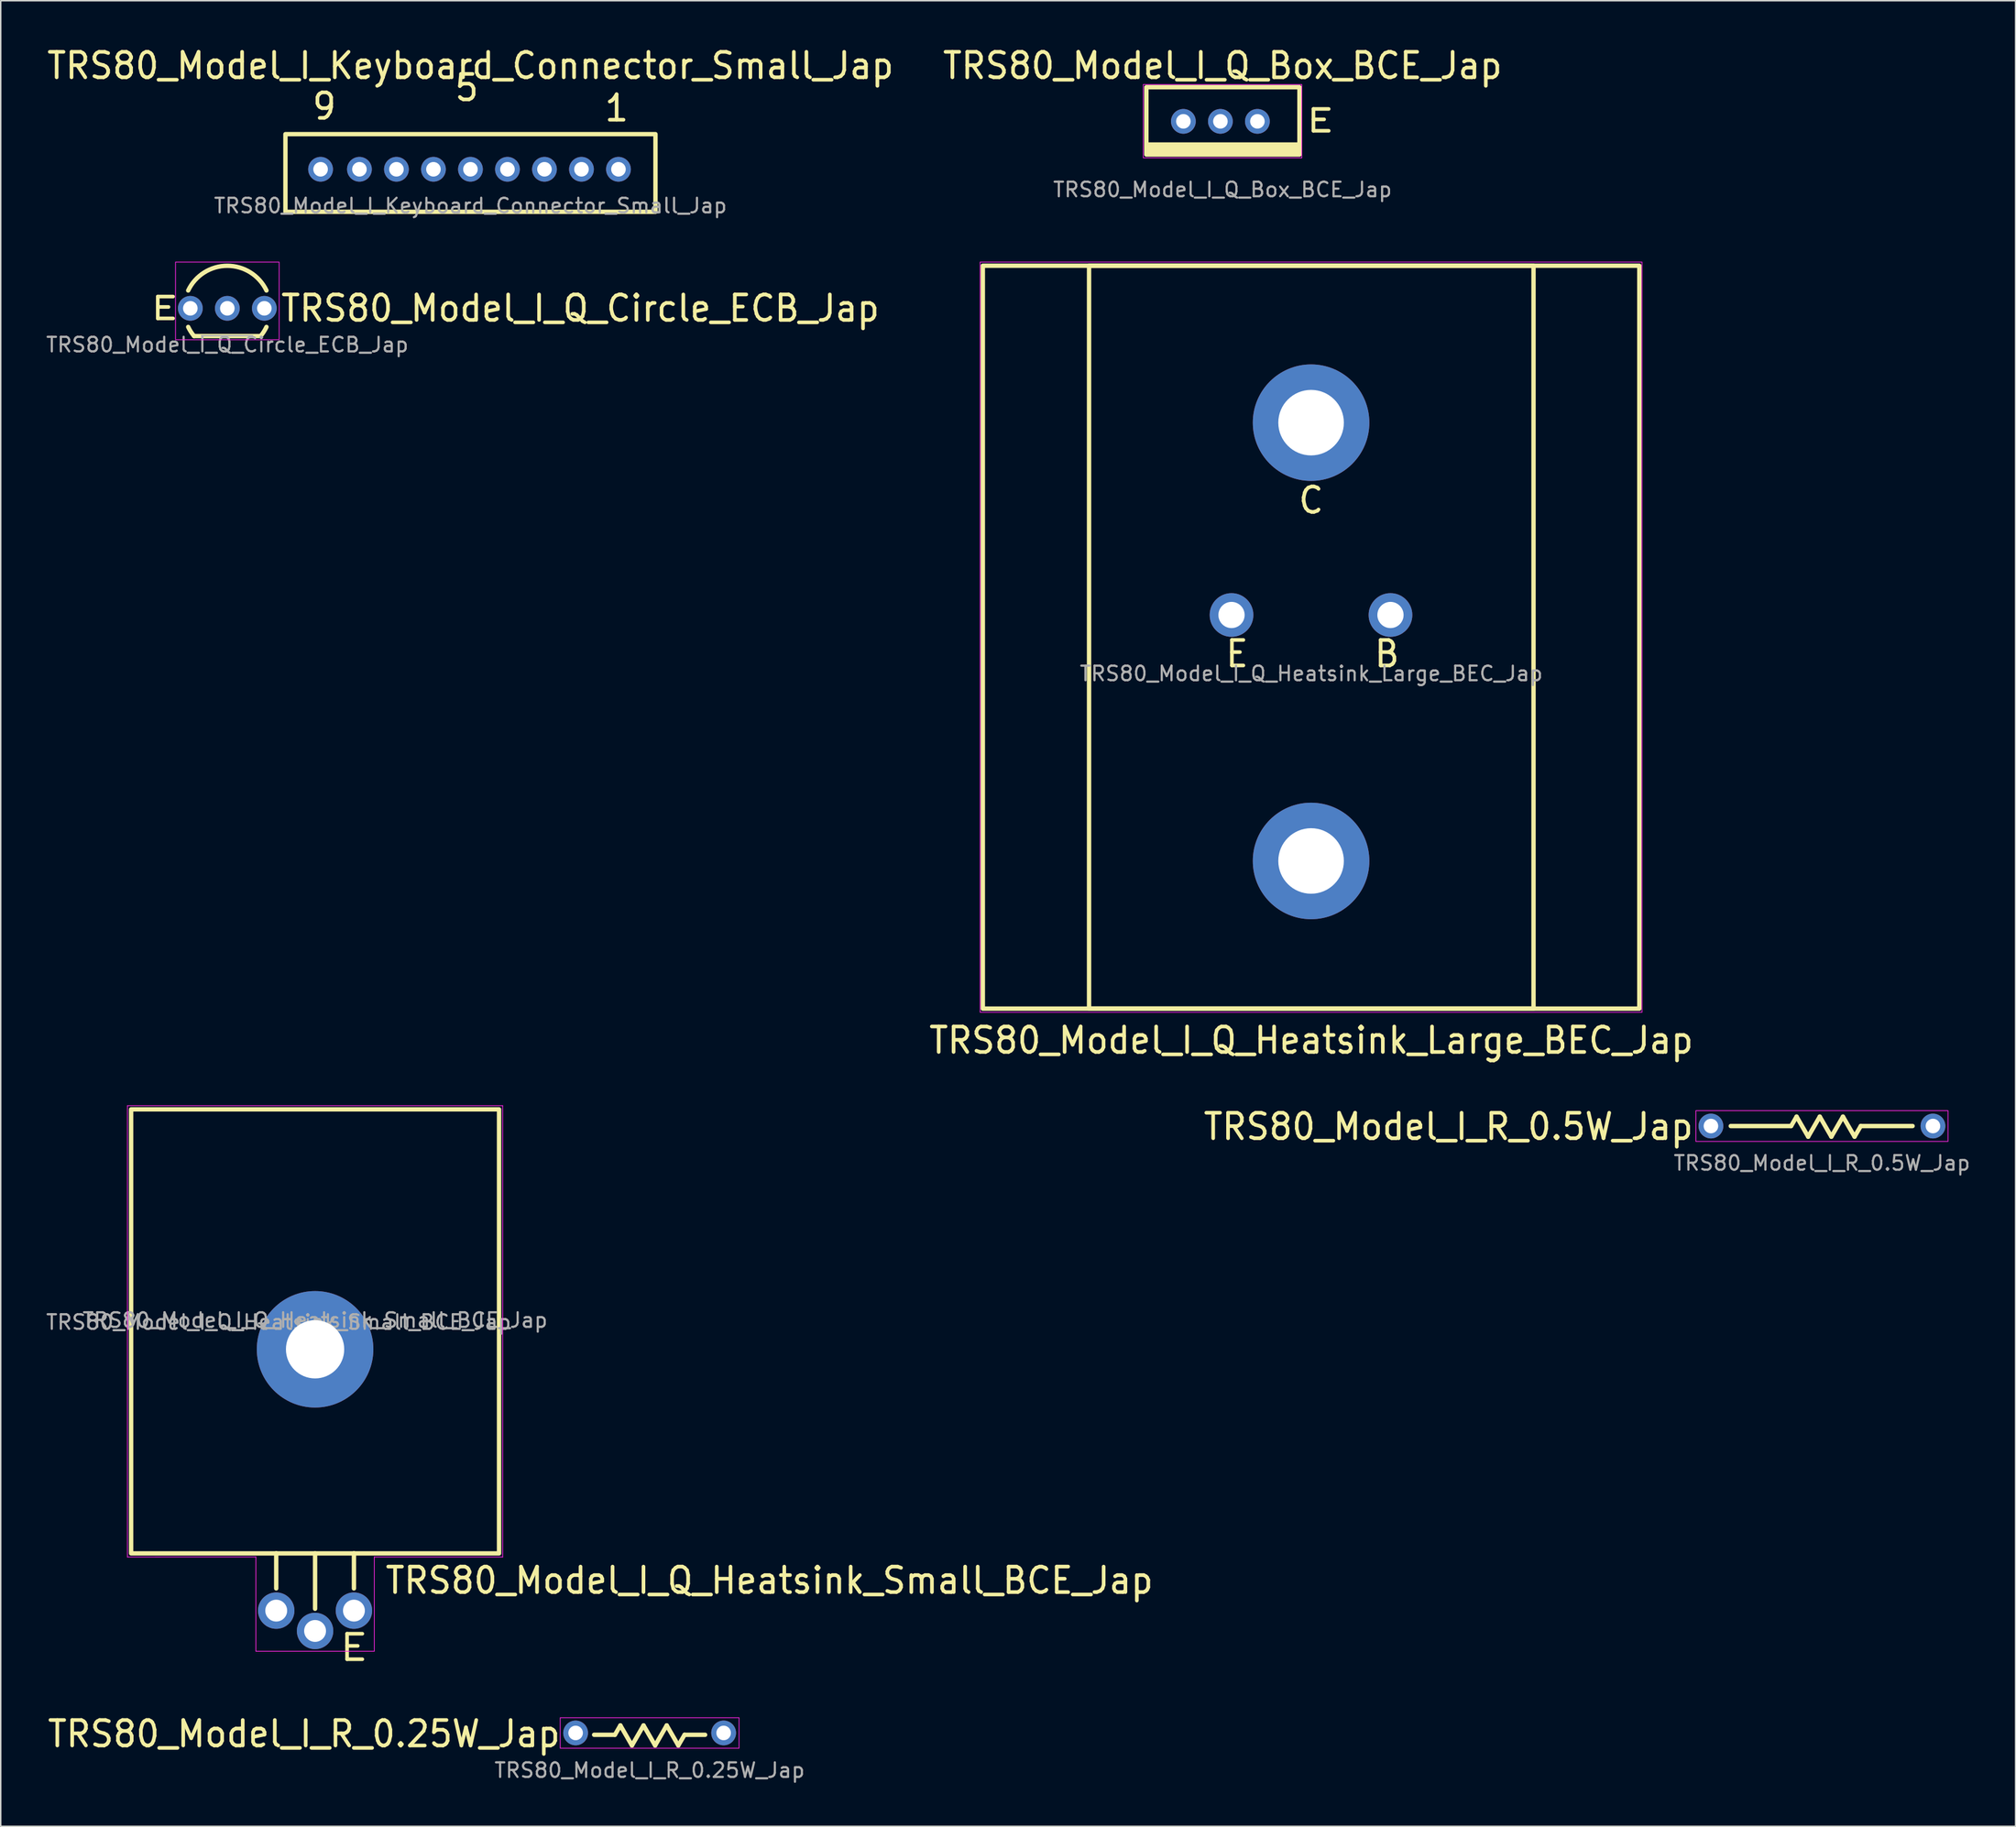
<source format=kicad_pcb>
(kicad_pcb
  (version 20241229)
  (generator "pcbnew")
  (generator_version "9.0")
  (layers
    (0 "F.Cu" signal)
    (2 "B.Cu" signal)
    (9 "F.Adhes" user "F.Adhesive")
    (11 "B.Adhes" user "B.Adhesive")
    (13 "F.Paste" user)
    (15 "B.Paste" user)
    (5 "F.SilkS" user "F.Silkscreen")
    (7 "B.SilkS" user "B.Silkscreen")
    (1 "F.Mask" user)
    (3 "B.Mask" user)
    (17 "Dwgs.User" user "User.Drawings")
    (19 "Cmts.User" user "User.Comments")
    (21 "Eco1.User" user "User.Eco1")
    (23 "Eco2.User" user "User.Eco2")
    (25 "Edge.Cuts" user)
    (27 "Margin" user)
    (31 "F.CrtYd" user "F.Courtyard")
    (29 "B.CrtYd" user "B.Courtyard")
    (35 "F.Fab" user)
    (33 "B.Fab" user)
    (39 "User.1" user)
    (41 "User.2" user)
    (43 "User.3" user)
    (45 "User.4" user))
  (footprint "TRS80_Model_I_Q_Circle_ECB_Jap"
    (layer "F.Cu")
    (at 12.554 18.123)
    (property "Reference" "TRS80_Model_I_Q_Circle_ECB_Jap" (at 3.556 0 0) (unlocked yes) (layer "F.SilkS") (effects (font (size 1.75 1.65) (thickness 0.25)) (justify left)))
    (attr through_hole)
    (fp_line (start -2.286 1.905) (end 2.286 1.905) (stroke (width 0.3) (type solid)) (layer "F.SilkS"))
    (fp_arc (start -2.686604 -1.224762) (mid -0.000088 -2.921048) (end 2.686439 -1.22478) (stroke (width 0.3) (type solid)) (layer "F.SilkS"))
    (fp_arc (start -2.285922 1.90495) (mid -2.505848 1.604681) (end -2.686569 1.279306) (stroke (width 0.3) (type solid)) (layer "F.SilkS"))
    (fp_arc (start 2.686569 1.279308) (mid 2.505848 1.604683) (end 2.285922 1.904952) (stroke (width 0.3) (type solid)) (layer "F.SilkS"))
    (fp_rect (start -3.556 -3.175) (end 3.556 2.159) (stroke (width 0.05) (type default)) (fill no) (layer "F.CrtYd"))
    (fp_line (start -1.77 1.877) (end 1.73 1.877) (stroke (width 0.1) (type solid)) (layer "F.Fab"))
    (fp_text user "E" (at -5.461 0.889 0) (unlocked yes) (layer "F.SilkS") (effects (font (size 1.5 2.2) (thickness 0.25)) (justify left bottom)))
    (fp_text user "${REFERENCE}" (at 0 2.5 0) (unlocked yes) (layer "F.Fab") (effects (font (size 1 1) (thickness 0.15))))
    (pad "1" thru_hole circle (at -2.54 -0.000048) (size 1.7 1.7) (drill 1) (layers "*.Cu" "*.Mask"))
    (pad "2" thru_hole circle (at -0.000078 -0.000048) (size 1.7 1.7) (drill 1) (layers "*.Cu" "*.Mask"))
    (pad "3" thru_hole circle (at 2.54 -0.000048) (size 1.7 1.7) (drill 1) (layers "*.Cu" "*.Mask")))
  (footprint "TRS80_Model_I_Keyboard_Connector_Small_Jap"
    (layer "F.Cu")
    (at 29.242 8.575)
    (property "Reference" "TRS80_Model_I_Keyboard_Connector_Small_Jap" (at 0 -7.112 0) (unlocked yes) (layer "F.SilkS") (effects (font (size 1.75 1.65) (thickness 0.25))))
    (attr through_hole)
    (fp_rect (start -12.7 -2.413) (end 12.7 2.921) (stroke (width 0.3) (type solid)) (fill no) (layer "F.SilkS"))
    (fp_text user "9" (at -10.033 -3.302 0) (unlocked yes) (layer "F.SilkS") (effects (font (size 1.75 1.65) (thickness 0.25)) (justify bottom)))
    (fp_text user "1" (at 10.033 -3.175 0) (unlocked yes) (layer "F.SilkS") (effects (font (size 1.75 1.65) (thickness 0.25)) (justify bottom)))
    (fp_text user "5" (at -0.254 -4.572 0) (unlocked yes) (layer "F.SilkS") (effects (font (size 1.75 1.65) (thickness 0.25)) (justify bottom)))
    (fp_text user "${REFERENCE}" (at 0 2.5 0) (unlocked yes) (layer "F.Fab") (effects (font (size 1 1) (thickness 0.15))))
    (pad "1" thru_hole circle (at 10.16 0) (size 1.7 1.7) (drill 1) (layers "*.Cu" "*.Mask"))
    (pad "2" thru_hole circle (at 7.62 0) (size 1.7 1.7) (drill 1) (layers "*.Cu" "*.Mask"))
    (pad "3" thru_hole circle (at 5.08 0) (size 1.7 1.7) (drill 1) (layers "*.Cu" "*.Mask"))
    (pad "4" thru_hole circle (at 2.54 0) (size 1.7 1.7) (drill 1) (layers "*.Cu" "*.Mask"))
    (pad "5" thru_hole circle (at 0 0) (size 1.7 1.7) (drill 1) (layers "*.Cu" "*.Mask"))
    (pad "6" thru_hole circle (at -2.54 0) (size 1.7 1.7) (drill 1) (layers "*.Cu" "*.Mask"))
    (pad "7" thru_hole circle (at -5.08 0) (size 1.7 1.7) (drill 1) (layers "*.Cu" "*.Mask"))
    (pad "8" thru_hole circle (at -7.62 0) (size 1.7 1.7) (drill 1) (layers "*.Cu" "*.Mask"))
    (pad "9" thru_hole circle (at -10.287 0) (size 1.7 1.7) (drill 1) (layers "*.Cu" "*.Mask")))
  (footprint "TRS80_Model_I_R_0.5W_Jap"
    (layer "F.Cu")
    (at 122.009 74.317)
    (property "Reference" "TRS80_Model_I_R_0.5W_Jap" (at -8.7 0 0) (unlocked yes) (layer "F.SilkS") (effects (font (size 1.75 1.65) (thickness 0.25)) (justify right)))
    (attr through_hole)
    (fp_line (start -6.26 -0.041) (end -2.122 -0.041) (stroke (width 0.3) (type solid)) (layer "F.SilkS"))
    (fp_line (start -2.114 -0.041) (end -1.741 -0.687) (stroke (width 0.3) (type solid)) (layer "F.SilkS"))
    (fp_line (start -0.945 0.691) (end -1.741 -0.687) (stroke (width 0.3) (type solid)) (layer "F.SilkS"))
    (fp_line (start -0.945 0.691) (end -0.149 -0.687) (stroke (width 0.3) (type solid)) (layer "F.SilkS"))
    (fp_line (start 0.646 0.691) (end -0.149 -0.687) (stroke (width 0.3) (type solid)) (layer "F.SilkS"))
    (fp_line (start 0.646 0.691) (end 1.442 -0.687) (stroke (width 0.3) (type solid)) (layer "F.SilkS"))
    (fp_line (start 2.238 0.691) (end 1.442 -0.687) (stroke (width 0.3) (type solid)) (layer "F.SilkS"))
    (fp_line (start 2.238 0.691) (end 2.665 -0.041) (stroke (width 0.3) (type solid)) (layer "F.SilkS"))
    (fp_line (start 2.665 -0.041) (end 6.223 -0.041) (stroke (width 0.3) (type solid)) (layer "F.SilkS"))
    (fp_rect (start -8.654 -1.098) (end 8.654 1.016) (stroke (width 0.05) (type default)) (fill no) (layer "F.CrtYd"))
    (fp_text user "${REFERENCE}" (at 0 2.5 0) (unlocked yes) (layer "F.Fab") (effects (font (size 1 1) (thickness 0.15))))
    (pad "1" thru_hole circle (at -7.62 -0.041) (size 1.7 1.7) (drill 1) (layers "*.Cu" "*.Mask"))
    (pad "2" thru_hole circle (at 7.62 -0.041) (size 1.7 1.7) (drill 1) (layers "*.Cu" "*.Mask")))
  (footprint "TRS80_Model_I_Q_Box_BCE_Jap"
    (layer "F.Cu")
    (at 80.866 5.272)
    (property "Reference" "TRS80_Model_I_Q_Box_BCE_Jap" (at 0 -3.81 0) (unlocked yes) (layer "F.SilkS") (effects (font (size 1.75 1.65) (thickness 0.25))))
    (attr through_hole)
    (fp_rect (start -5.228 -2.334) (end 5.28 2.292) (stroke (width 0.3) (type solid)) (fill no) (layer "F.SilkS"))
    (fp_rect (start -5.228 1.503) (end 5.28 2.292) (stroke (width 0.1) (type solid)) (fill yes) (layer "F.SilkS"))
    (fp_rect (start -5.441 -2.519) (end 5.441 2.519) (stroke (width 0.05) (type default)) (fill no) (layer "F.CrtYd"))
    (fp_text user "E" (at 6.71 -0.021 0) (unlocked yes) (layer "F.SilkS") (effects (font (size 1.5 2.2) (thickness 0.25))))
    (fp_text user "${REFERENCE}" (at 0 4.699 0) (unlocked yes) (layer "F.Fab") (effects (font (size 1 1) (thickness 0.15))))
    (pad "1" thru_hole circle (at -2.688 0.011) (size 1.7 1.7) (drill 1) (layers "*.Cu" "*.Mask"))
    (pad "2" thru_hole circle (at -0.147 0.011) (size 1.7 1.7) (drill 1) (layers "*.Cu" "*.Mask"))
    (pad "3" thru_hole circle (at 2.393 0.011) (size 1.7 1.7) (drill 1) (layers "*.Cu" "*.Mask")))
  (footprint "TRS80_Model_I_Q_Heatsink_Small_BCE_Jap"
    (layer "F.Cu")
    (at 18.577 89.608)
    (property "Reference" "TRS80_Model_I_Q_Heatsink_Small_BCE_Jap" (at 4.699 15.875 0) (unlocked yes) (layer "F.SilkS") (effects (font (size 1.75 1.65) (thickness 0.25)) (justify left)))
    (attr through_hole)
    (fp_line (start -2.667 16.421) (end -2.667 14.008) (stroke (width 0.3) (type solid)) (layer "F.SilkS"))
    (fp_line (start 0 17.817) (end 0 14.014) (stroke (width 0.3) (type solid)) (layer "F.SilkS"))
    (fp_line (start 2.667 16.421) (end 2.667 14.008) (stroke (width 0.3) (type solid)) (layer "F.SilkS"))
    (fp_rect (start -12.627 -16.479) (end 12.627 14.014) (stroke (width 0.3) (type solid)) (fill no) (layer "F.SilkS"))
    (fp_line (start -12.877 -16.729) (end -12.877 14.264) (stroke (width 0.05) (type default)) (layer "F.CrtYd"))
    (fp_line (start -12.877 14.264) (end -4.064 14.261) (stroke (width 0.05) (type default)) (layer "F.CrtYd"))
    (fp_line (start -4.064 14.261) (end -4.064 20.738) (stroke (width 0.05) (type default)) (layer "F.CrtYd"))
    (fp_line (start -4.064 20.738) (end 4.064 20.738) (stroke (width 0.05) (type default)) (layer "F.CrtYd"))
    (fp_line (start 4.064 14.264) (end 12.877 14.264) (stroke (width 0.05) (type default)) (layer "F.CrtYd"))
    (fp_line (start 4.064 20.738) (end 4.064 14.261) (stroke (width 0.05) (type default)) (layer "F.CrtYd"))
    (fp_line (start 12.877 -16.729) (end -12.877 -16.729) (stroke (width 0.05) (type default)) (layer "F.CrtYd"))
    (fp_line (start 12.877 14.264) (end 12.877 -16.729) (stroke (width 0.05) (type default)) (layer "F.CrtYd"))
    (fp_text user "E" (at 2.667 20.485 0) (unlocked yes) (layer "F.SilkS") (effects (font (size 1.75 2.2) (thickness 0.25))))
    (fp_text user "${REFERENCE}" (at -2.5 -1.863 0) (unlocked yes) (layer "F.Fab") (effects (font (size 1 1) (thickness 0.15))))
    (fp_text user "${REFERENCE}" (at 0 -2 0) (unlocked yes) (layer "F.Fab") (effects (font (size 1 1) (thickness 0.15))))
    (pad "1" thru_hole circle (at -2.667 17.945) (size 2.5 2.5) (drill 1.5) (layers "*.Cu" "*.Mask"))
    (pad "2" thru_hole circle (at 0 19.341) (size 2.5 2.5) (drill 1.5) (layers "*.Cu" "*.Mask"))
    (pad "3" thru_hole circle (at 2.667 17.945) (size 2.5 2.5) (drill 1.5) (layers "*.Cu" "*.Mask"))
    (pad "4" thru_hole circle (at 0 0) (size 8 8) (drill 4) (layers "*.Cu" "*.Mask")))
  (footprint "TRS80_Model_I_R_0.25W_Jap"
    (layer "F.Cu")
    (at 41.541 116.017)
    (property "Reference" "TRS80_Model_I_R_0.25W_Jap" (at -6 0 0) (unlocked yes) (layer "F.SilkS") (effects (font (size 1.75 1.65) (thickness 0.25)) (justify right)))
    (attr through_hole)
    (fp_line (start -3.81 0.064) (end -2.39 0.064) (stroke (width 0.3) (type solid)) (layer "F.SilkS"))
    (fp_line (start -2.382 0.064) (end -2.009 -0.582) (stroke (width 0.3) (type solid)) (layer "F.SilkS"))
    (fp_line (start -1.214 0.796) (end -2.009 -0.582) (stroke (width 0.3) (type solid)) (layer "F.SilkS"))
    (fp_line (start -1.214 0.796) (end -0.418 -0.582) (stroke (width 0.3) (type solid)) (layer "F.SilkS"))
    (fp_line (start 0.378 0.796) (end -0.418 -0.582) (stroke (width 0.3) (type solid)) (layer "F.SilkS"))
    (fp_line (start 0.378 0.796) (end 1.173 -0.582) (stroke (width 0.3) (type solid)) (layer "F.SilkS"))
    (fp_line (start 1.969 0.796) (end 1.173 -0.582) (stroke (width 0.3) (type solid)) (layer "F.SilkS"))
    (fp_line (start 1.969 0.796) (end 2.397 0.064) (stroke (width 0.3) (type solid)) (layer "F.SilkS"))
    (fp_line (start 2.397 0.064) (end 3.81 0.064) (stroke (width 0.3) (type solid)) (layer "F.SilkS"))
    (fp_rect (start -6.138 -1.109) (end 6.138 0.983) (stroke (width 0.05) (type default)) (fill no) (layer "F.CrtYd"))
    (fp_text user "${REFERENCE}" (at 0 2.5 0) (unlocked yes) (layer "F.Fab") (effects (font (size 1 1) (thickness 0.15))))
    (pad "1" thru_hole circle (at -5.08 -0.064) (size 1.7 1.7) (drill 1) (layers "*.Cu" "*.Mask"))
    (pad "2" thru_hole circle (at 5.08 -0.064) (size 1.7 1.7) (drill 1) (layers "*.Cu" "*.Mask")))
  (footprint "TRS80_Model_I_Q_Heatsink_Large_BEC_Jap"
    (layer "F.Cu")
    (at 86.957 40.706)
    (property "Reference" "TRS80_Model_I_Q_Heatsink_Large_BEC_Jap" (at 0 27.686 0) (unlocked yes) (layer "F.SilkS") (effects (font (size 1.75 1.65) (thickness 0.25))))
    (attr through_hole)
    (fp_rect (start -22.545 -25.508) (end 22.517 25.508) (stroke (width 0.3) (type solid)) (fill no) (layer "F.SilkS"))
    (fp_rect (start -15.254 -25.508) (end 15.254 25.508) (stroke (width 0.3) (type solid)) (fill no) (layer "F.SilkS"))
    (fp_rect (start -22.732 -25.758) (end 22.703 25.758) (stroke (width 0.05) (type default)) (fill no) (layer "F.CrtYd"))
    (fp_text user "C" (at -0.014 -9.398 0) (unlocked yes) (layer "F.SilkS") (effects (font (size 1.75 1.65) (thickness 0.25))))
    (fp_text user "E" (at -5.094 1.143 0) (unlocked yes) (layer "F.SilkS") (effects (font (size 1.75 1.65) (thickness 0.25))))
    (fp_text user "B" (at 5.193 1.143 0) (unlocked yes) (layer "F.SilkS") (effects (font (size 1.75 1.65) (thickness 0.25))))
    (fp_text user "${REFERENCE}" (at 0 2.5 0) (unlocked yes) (layer "F.Fab") (effects (font (size 1 1) (thickness 0.15))))
    (pad "1" thru_hole circle (at 5.436 -1.524) (size 3 3) (drill 1.8) (layers "*.Cu" "*.Mask"))
    (pad "2" thru_hole circle (at -5.475 -1.524) (size 3 3) (drill 1.8) (layers "*.Cu" "*.Mask"))
    (pad "3" thru_hole circle (at -0.014 -14.732) (size 8 8) (drill 4.5) (layers "*.Cu" "*.Mask"))
    (pad "3" thru_hole circle (at -0.014 15.367) (size 8 8) (drill 4.5) (layers "*.Cu" "*.Mask")))
  (gr_rect
    (start -3 -3)
    (end 135.301 122.365)
    (stroke (width 0.1) (type default))
    (fill no)
    (layer "Edge.Cuts")))
</source>
